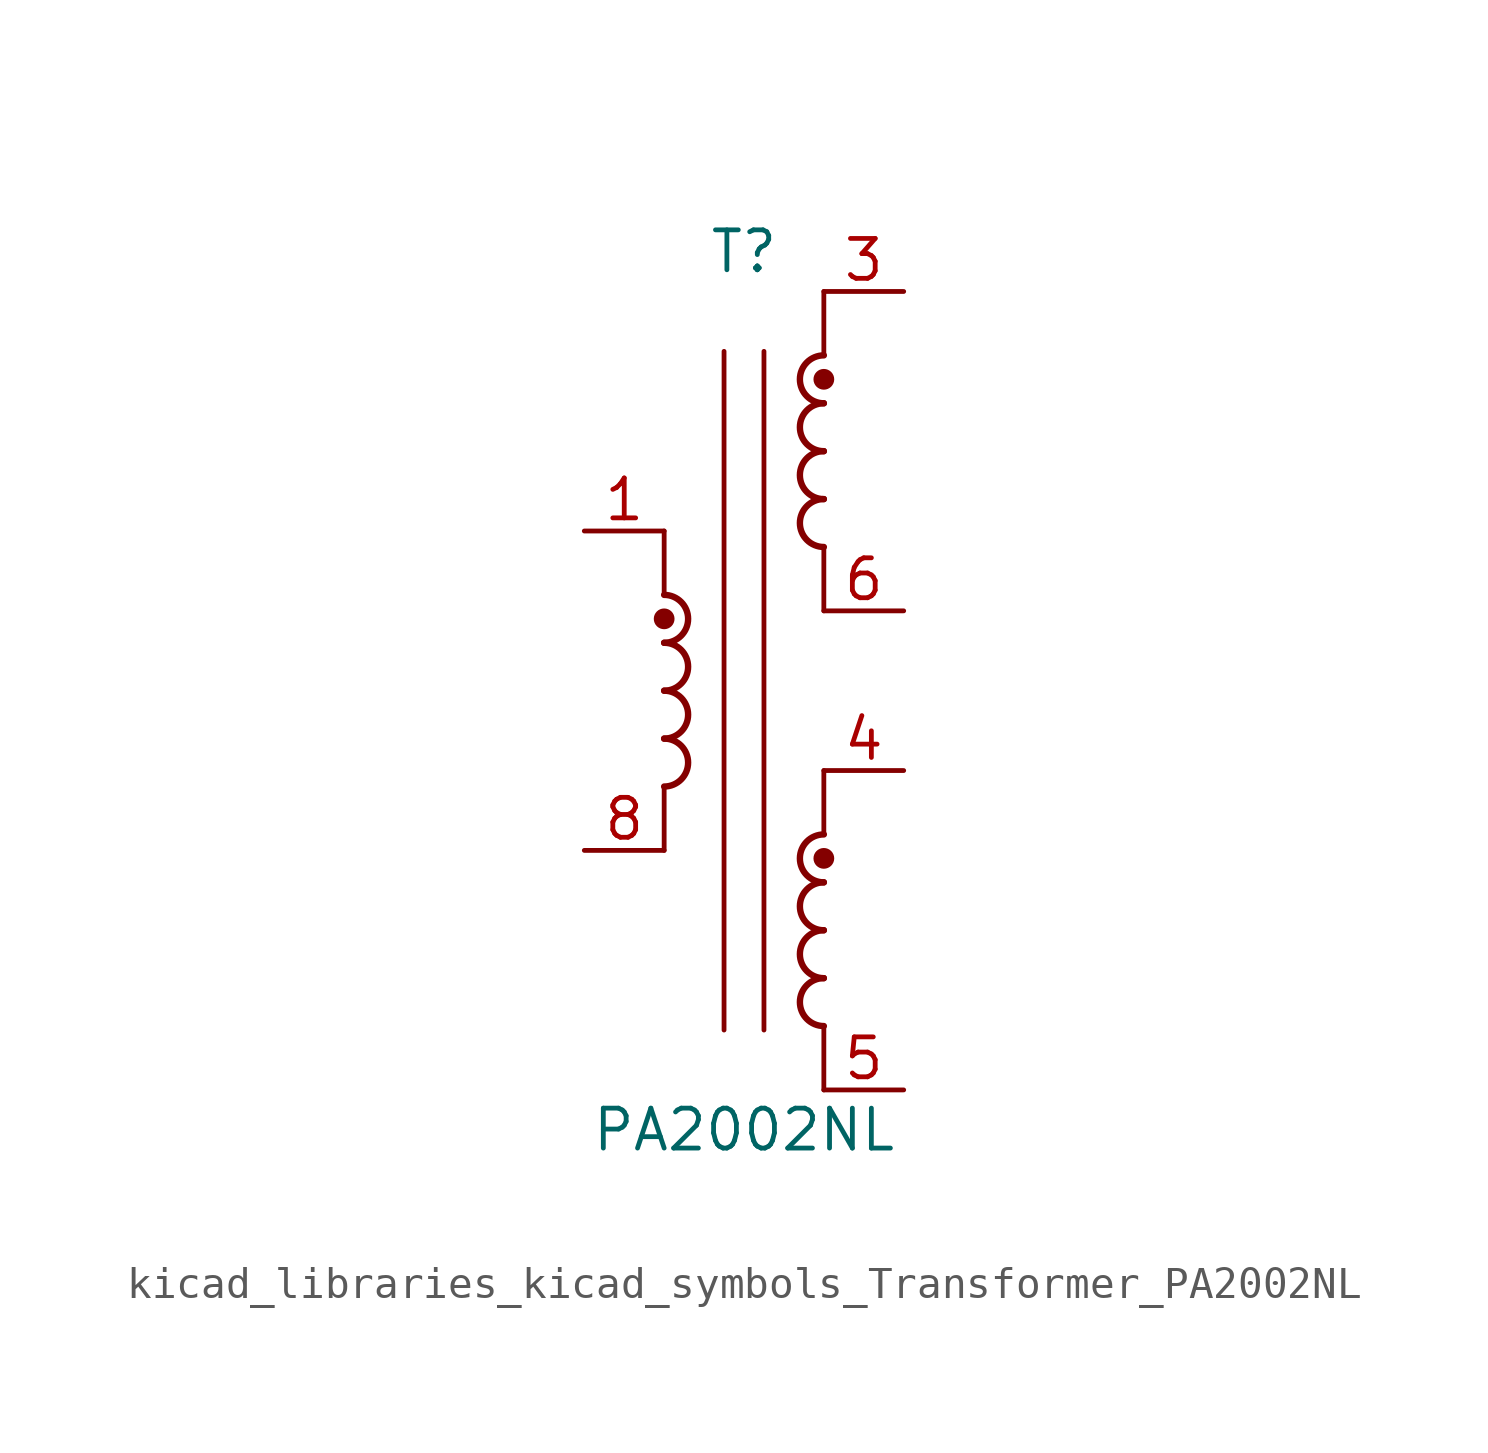
<source format=kicad_sym>
(kicad_symbol_lib
  (version 20220914)
  (generator kicad_symbol_editor)
  (symbol "kicad_libraries_kicad_symbols_Transformer_PA2002NL"
    (pin_names hide)
    (property "Reference" "T"
      (at 0 13.97 0)
      (effects (font (size 1.27 1.27))))
    (property "Value" "PA2002NL"
      (at 0 -13.97 0)
      (effects (font (size 1.27 1.27))))
    (symbol "kicad_libraries_kicad_symbols_Transformer_PA2002NL_0_1"
      (arc (start -2.54 -3.048) (mid -1.7813 -2.286) (end -2.54 -1.524) (stroke (width 0.2032) (type default)) (fill (type none)))
      (arc (start -2.54 -1.524) (mid -1.7813 -0.762) (end -2.54 0) (stroke (width 0.2032) (type default)) (fill (type none)))
      (arc (start -2.54 0) (mid -1.7813 0.762) (end -2.54 1.524) (stroke (width 0.2032) (type default)) (fill (type none)))
      (circle (center -2.54 2.286) (radius 0.254) (stroke (width 0) (type default)) (fill (type outline)))
      (polyline (pts (xy -2.54 -3.048) (xy -2.54 -5.08)) (stroke (width 0) (type default)) (fill (type none)))
      (polyline (pts (xy -2.54 5.08) (xy -2.54 3.048)) (stroke (width 0) (type default)) (fill (type none)))
      (polyline (pts (xy -0.635 10.795) (xy -0.635 -10.795)) (stroke (width 0) (type default)) (fill (type none)))
      (polyline (pts (xy 0.635 10.795) (xy 0.635 -10.795)) (stroke (width 0) (type default)) (fill (type none)))
      (polyline (pts (xy 2.54 -10.668) (xy 2.54 -12.7)) (stroke (width 0) (type default)) (fill (type none)))
      (polyline (pts (xy 2.54 -2.54) (xy 2.54 -4.572)) (stroke (width 0) (type default)) (fill (type none)))
      (polyline (pts (xy 2.54 4.572) (xy 2.54 2.54)) (stroke (width 0) (type default)) (fill (type none)))
      (polyline (pts (xy 2.54 12.7) (xy 2.54 10.668)) (stroke (width 0) (type default)) (fill (type none)))
      (arc (start 2.54 -9.144) (mid 1.7813 -9.906) (end 2.54 -10.668) (stroke (width 0.2032) (type default)) (fill (type none)))
      (arc (start 2.54 -7.62) (mid 1.7813 -8.382) (end 2.54 -9.144) (stroke (width 0.2032) (type default)) (fill (type none)))
      (arc (start 2.54 -6.096) (mid 1.7813 -6.858) (end 2.54 -7.62) (stroke (width 0.2032) (type default)) (fill (type none)))
      (circle (center 2.54 -5.334) (radius 0.254) (stroke (width 0) (type default)) (fill (type outline)))
      (arc (start 2.54 -4.572) (mid 1.7813 -5.334) (end 2.54 -6.096) (stroke (width 0.2032) (type default)) (fill (type none)))
      (arc (start 2.54 6.096) (mid 1.7813 5.334) (end 2.54 4.572) (stroke (width 0.2032) (type default)) (fill (type none)))
      (arc (start 2.54 7.62) (mid 1.7813 6.858) (end 2.54 6.096) (stroke (width 0.2032) (type default)) (fill (type none)))
      (arc (start 2.54 9.144) (mid 1.7813 8.382) (end 2.54 7.62) (stroke (width 0.2032) (type default)) (fill (type none)))
      (circle (center 2.54 9.906) (radius 0.254) (stroke (width 0) (type default)) (fill (type outline)))
      (arc (start 2.54 10.668) (mid 1.7813 9.906) (end 2.54 9.144) (stroke (width 0.2032) (type default)) (fill (type none))))
    (symbol "kicad_libraries_kicad_symbols_Transformer_PA2002NL_1_1"
      (arc (start -2.54 1.524) (mid -1.7813 2.286) (end -2.54 3.048) (stroke (width 0.2032) (type default)) (fill (type none)))
      (pin passive line (at -5.08 5.08 0) (length 2.54) (name "~" (effects (font (size 1.27 1.27)))) (number "1" (effects (font (size 1.27 1.27)))))
      (pin passive line (at 5.08 12.7 180) (length 2.54) (name "~" (effects (font (size 1.27 1.27)))) (number "3" (effects (font (size 1.27 1.27)))))
      (pin passive line (at 5.08 -2.54 180) (length 2.54) (name "~" (effects (font (size 1.27 1.27)))) (number "4" (effects (font (size 1.27 1.27)))))
      (pin passive line (at 5.08 -12.7 180) (length 2.54) (name "~" (effects (font (size 1.27 1.27)))) (number "5" (effects (font (size 1.27 1.27)))))
      (pin passive line (at 5.08 2.54 180) (length 2.54) (name "~" (effects (font (size 1.27 1.27)))) (number "6" (effects (font (size 1.27 1.27)))))
      (pin passive line (at -5.08 -5.08 0) (length 2.54) (name "~" (effects (font (size 1.27 1.27)))) (number "8" (effects (font (size 1.27 1.27))))))))
</source>
